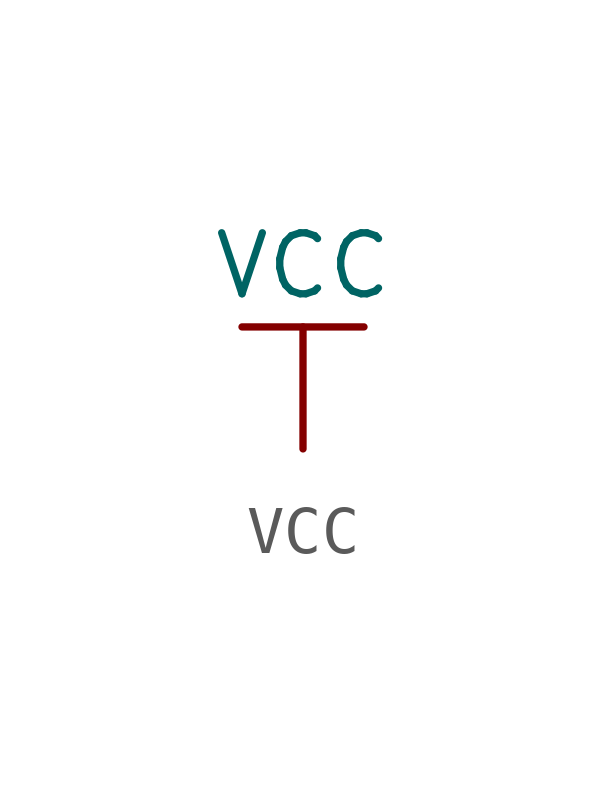
<source format=kicad_sym>
(kicad_symbol_lib
  (version 20220914)
  (generator kicad_symbol_editor)
  (symbol "VCC"
    (power)
    (pin_names
      (offset 0))
    (property "Reference" "#PWR"
      (at 0 -3.81 0)
      (effects (font (size 1.27 1.27)) hide))
    (property "Value" "VCC"
      (at 0 3.81 0)
      (effects (font (size 1.27 1.27))))
    (symbol "VCC_1_1"
      (polyline (pts (xy -1.27 2.54) (xy 1.27 2.54)) (stroke (width 0) (type solid)) (fill (type none)))
      (polyline (pts (xy 0 0) (xy 0 2.54)) (stroke (width 0) (type solid)) (fill (type none)))
      (pin power_in line (at 0 0 90) (length 0) hide (name "VCC" (effects (font (size 1.27 1.27)))) (number "1" (effects (font (size 1.27 1.27))))))))
</source>
